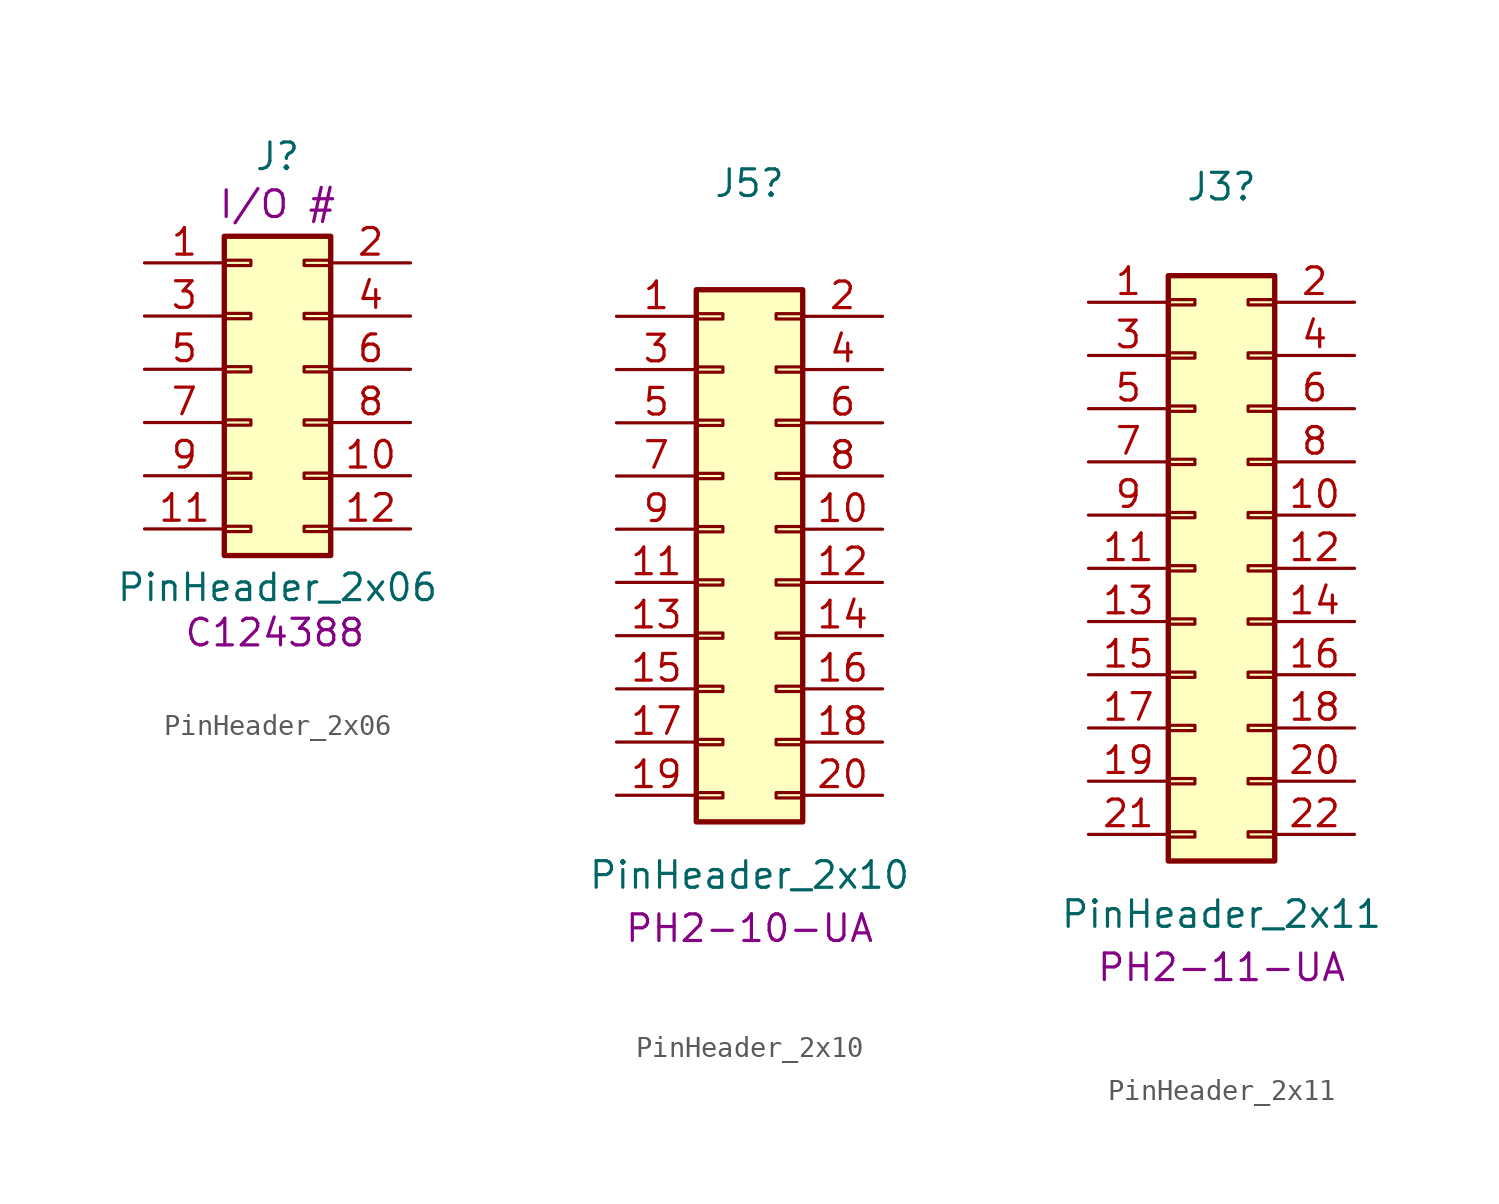
<source format=kicad_sym>
(kicad_symbol_lib
  (version 20220914)
  (generator kicad_symbol_editor)
  (symbol "PinHeader_2x06"
    (pin_names
      (offset 1.016) hide)
    (property "Reference" "J"
      (at 1.27 10.16 0)
      (effects (font (size 1.27 1.27))))
    (property "Value" "PinHeader_2x06"
      (at 1.27 -10.414 0)
      (effects (font (size 1.27 1.27))))
    (property "LCSC" "C124388"
      (at 1.143 -12.573 0)
      (effects (font (size 1.27 1.27))))
    (property "Silkscreen" "I/O #"
      (at 1.27 7.874 0)
      (effects (font (size 1.27 1.27))))
    (symbol "PinHeader_2x06_1_1"
      (rectangle (start -1.27 -7.493) (end 0 -7.747) (stroke (width 0.152) (type default)) (fill (type none)))
      (rectangle (start -1.27 -4.953) (end 0 -5.207) (stroke (width 0.152) (type default)) (fill (type none)))
      (rectangle (start -1.27 -2.413) (end 0 -2.667) (stroke (width 0.152) (type default)) (fill (type none)))
      (rectangle (start -1.27 0.127) (end 0 -0.127) (stroke (width 0.152) (type default)) (fill (type none)))
      (rectangle (start -1.27 2.667) (end 0 2.413) (stroke (width 0.152) (type default)) (fill (type none)))
      (rectangle (start -1.27 5.207) (end 0 4.953) (stroke (width 0.152) (type default)) (fill (type none)))
      (rectangle (start -1.27 6.35) (end 3.81 -8.89) (stroke (width 0.254) (type default)) (fill (type background)))
      (rectangle (start 3.81 -7.493) (end 2.54 -7.747) (stroke (width 0.152) (type default)) (fill (type none)))
      (rectangle (start 3.81 -4.953) (end 2.54 -5.207) (stroke (width 0.152) (type default)) (fill (type none)))
      (rectangle (start 3.81 -2.413) (end 2.54 -2.667) (stroke (width 0.152) (type default)) (fill (type none)))
      (rectangle (start 3.81 0.127) (end 2.54 -0.127) (stroke (width 0.152) (type default)) (fill (type none)))
      (rectangle (start 3.81 2.667) (end 2.54 2.413) (stroke (width 0.152) (type default)) (fill (type none)))
      (rectangle (start 3.81 5.207) (end 2.54 4.953) (stroke (width 0.152) (type default)) (fill (type none)))
      (pin passive line (at -5.08 5.08 0) (length 3.81) (name "Pin_1" (effects (font (size 1.27 1.27)))) (number "1" (effects (font (size 1.27 1.27)))))
      (pin passive line (at 7.62 -5.08 180) (length 3.81) (name "Pin_10" (effects (font (size 1.27 1.27)))) (number "10" (effects (font (size 1.27 1.27)))))
      (pin passive line (at -5.08 -7.62 0) (length 3.81) (name "Pin_11" (effects (font (size 1.27 1.27)))) (number "11" (effects (font (size 1.27 1.27)))))
      (pin passive line (at 7.62 -7.62 180) (length 3.81) (name "Pin_12" (effects (font (size 1.27 1.27)))) (number "12" (effects (font (size 1.27 1.27)))))
      (pin passive line (at 7.62 5.08 180) (length 3.81) (name "Pin_2" (effects (font (size 1.27 1.27)))) (number "2" (effects (font (size 1.27 1.27)))))
      (pin passive line (at -5.08 2.54 0) (length 3.81) (name "Pin_3" (effects (font (size 1.27 1.27)))) (number "3" (effects (font (size 1.27 1.27)))))
      (pin passive line (at 7.62 2.54 180) (length 3.81) (name "Pin_4" (effects (font (size 1.27 1.27)))) (number "4" (effects (font (size 1.27 1.27)))))
      (pin passive line (at -5.08 0 0) (length 3.81) (name "Pin_5" (effects (font (size 1.27 1.27)))) (number "5" (effects (font (size 1.27 1.27)))))
      (pin passive line (at 7.62 0 180) (length 3.81) (name "Pin_6" (effects (font (size 1.27 1.27)))) (number "6" (effects (font (size 1.27 1.27)))))
      (pin passive line (at -5.08 -2.54 0) (length 3.81) (name "Pin_7" (effects (font (size 1.27 1.27)))) (number "7" (effects (font (size 1.27 1.27)))))
      (pin passive line (at 7.62 -2.54 180) (length 3.81) (name "Pin_8" (effects (font (size 1.27 1.27)))) (number "8" (effects (font (size 1.27 1.27)))))
      (pin passive line (at -5.08 -5.08 0) (length 3.81) (name "Pin_9" (effects (font (size 1.27 1.27)))) (number "9" (effects (font (size 1.27 1.27)))))))
  (symbol "PinHeader_2x10"
    (pin_names
      (offset 1.016) hide)
    (property "Reference" "J5"
      (at 1.27 16.51 0)
      (effects (font (size 1.27 1.27))))
    (property "Value" "PinHeader_2x10"
      (at 1.27 -16.51 0)
      (effects (font (size 1.27 1.27))))
    (property "Manufacturer PN" "PH2-10-UA"
      (at 1.27 -19.05 0)
      (effects (font (size 1.27 1.27))))
    (property "Silkscreen" ""
      (at 1.27 13.97 0)
      (effects (font (size 1.27 1.27))))
    (symbol "PinHeader_2x10_1_1"
      (rectangle (start -1.27 -12.573) (end 0 -12.827) (stroke (width 0.152) (type default)) (fill (type none)))
      (rectangle (start -1.27 -10.033) (end 0 -10.287) (stroke (width 0.152) (type default)) (fill (type none)))
      (rectangle (start -1.27 -7.493) (end 0 -7.747) (stroke (width 0.152) (type default)) (fill (type none)))
      (rectangle (start -1.27 -4.953) (end 0 -5.207) (stroke (width 0.152) (type default)) (fill (type none)))
      (rectangle (start -1.27 -2.413) (end 0 -2.667) (stroke (width 0.152) (type default)) (fill (type none)))
      (rectangle (start -1.27 0.127) (end 0 -0.127) (stroke (width 0.152) (type default)) (fill (type none)))
      (rectangle (start -1.27 2.667) (end 0 2.413) (stroke (width 0.152) (type default)) (fill (type none)))
      (rectangle (start -1.27 5.207) (end 0 4.953) (stroke (width 0.152) (type default)) (fill (type none)))
      (rectangle (start -1.27 7.747) (end 0 7.493) (stroke (width 0.152) (type default)) (fill (type none)))
      (rectangle (start -1.27 10.287) (end 0 10.033) (stroke (width 0.152) (type default)) (fill (type none)))
      (rectangle (start -1.27 11.43) (end 3.81 -13.97) (stroke (width 0.254) (type default)) (fill (type background)))
      (rectangle (start 3.81 -12.573) (end 2.54 -12.827) (stroke (width 0.152) (type default)) (fill (type none)))
      (rectangle (start 3.81 -10.033) (end 2.54 -10.287) (stroke (width 0.152) (type default)) (fill (type none)))
      (rectangle (start 3.81 -7.493) (end 2.54 -7.747) (stroke (width 0.152) (type default)) (fill (type none)))
      (rectangle (start 3.81 -4.953) (end 2.54 -5.207) (stroke (width 0.152) (type default)) (fill (type none)))
      (rectangle (start 3.81 -2.413) (end 2.54 -2.667) (stroke (width 0.152) (type default)) (fill (type none)))
      (rectangle (start 3.81 0.127) (end 2.54 -0.127) (stroke (width 0.152) (type default)) (fill (type none)))
      (rectangle (start 3.81 2.667) (end 2.54 2.413) (stroke (width 0.152) (type default)) (fill (type none)))
      (rectangle (start 3.81 5.207) (end 2.54 4.953) (stroke (width 0.152) (type default)) (fill (type none)))
      (rectangle (start 3.81 7.747) (end 2.54 7.493) (stroke (width 0.152) (type default)) (fill (type none)))
      (rectangle (start 3.81 10.287) (end 2.54 10.033) (stroke (width 0.152) (type default)) (fill (type none)))
      (pin passive line (at -5.08 10.16 0) (length 3.81) (name "Pin_1" (effects (font (size 1.27 1.27)))) (number "1" (effects (font (size 1.27 1.27)))))
      (pin passive line (at 7.62 0 180) (length 3.81) (name "Pin_10" (effects (font (size 1.27 1.27)))) (number "10" (effects (font (size 1.27 1.27)))))
      (pin passive line (at -5.08 -2.54 0) (length 3.81) (name "Pin_11" (effects (font (size 1.27 1.27)))) (number "11" (effects (font (size 1.27 1.27)))))
      (pin passive line (at 7.62 -2.54 180) (length 3.81) (name "Pin_12" (effects (font (size 1.27 1.27)))) (number "12" (effects (font (size 1.27 1.27)))))
      (pin passive line (at -5.08 -5.08 0) (length 3.81) (name "Pin_13" (effects (font (size 1.27 1.27)))) (number "13" (effects (font (size 1.27 1.27)))))
      (pin passive line (at 7.62 -5.08 180) (length 3.81) (name "Pin_14" (effects (font (size 1.27 1.27)))) (number "14" (effects (font (size 1.27 1.27)))))
      (pin passive line (at -5.08 -7.62 0) (length 3.81) (name "Pin_15" (effects (font (size 1.27 1.27)))) (number "15" (effects (font (size 1.27 1.27)))))
      (pin passive line (at 7.62 -7.62 180) (length 3.81) (name "Pin_16" (effects (font (size 1.27 1.27)))) (number "16" (effects (font (size 1.27 1.27)))))
      (pin passive line (at -5.08 -10.16 0) (length 3.81) (name "Pin_17" (effects (font (size 1.27 1.27)))) (number "17" (effects (font (size 1.27 1.27)))))
      (pin passive line (at 7.62 -10.16 180) (length 3.81) (name "Pin_18" (effects (font (size 1.27 1.27)))) (number "18" (effects (font (size 1.27 1.27)))))
      (pin passive line (at -5.08 -12.7 0) (length 3.81) (name "Pin_19" (effects (font (size 1.27 1.27)))) (number "19" (effects (font (size 1.27 1.27)))))
      (pin passive line (at 7.62 10.16 180) (length 3.81) (name "Pin_2" (effects (font (size 1.27 1.27)))) (number "2" (effects (font (size 1.27 1.27)))))
      (pin passive line (at 7.62 -12.7 180) (length 3.81) (name "Pin_20" (effects (font (size 1.27 1.27)))) (number "20" (effects (font (size 1.27 1.27)))))
      (pin passive line (at -5.08 7.62 0) (length 3.81) (name "Pin_3" (effects (font (size 1.27 1.27)))) (number "3" (effects (font (size 1.27 1.27)))))
      (pin passive line (at 7.62 7.62 180) (length 3.81) (name "Pin_4" (effects (font (size 1.27 1.27)))) (number "4" (effects (font (size 1.27 1.27)))))
      (pin passive line (at -5.08 5.08 0) (length 3.81) (name "Pin_5" (effects (font (size 1.27 1.27)))) (number "5" (effects (font (size 1.27 1.27)))))
      (pin passive line (at 7.62 5.08 180) (length 3.81) (name "Pin_6" (effects (font (size 1.27 1.27)))) (number "6" (effects (font (size 1.27 1.27)))))
      (pin passive line (at -5.08 2.54 0) (length 3.81) (name "Pin_7" (effects (font (size 1.27 1.27)))) (number "7" (effects (font (size 1.27 1.27)))))
      (pin passive line (at 7.62 2.54 180) (length 3.81) (name "Pin_8" (effects (font (size 1.27 1.27)))) (number "8" (effects (font (size 1.27 1.27)))))
      (pin passive line (at -5.08 0 0) (length 3.81) (name "Pin_9" (effects (font (size 1.27 1.27)))) (number "9" (effects (font (size 1.27 1.27)))))))
  (symbol "PinHeader_2x11"
    (pin_names
      (offset 1.016) hide)
    (property "Reference" "J3"
      (at 1.27 18.212 0)
      (effects (font (size 1.27 1.27))))
    (property "Value" "PinHeader_2x11"
      (at 1.27 -16.51 0)
      (effects (font (size 1.27 1.27))))
    (property "LCSC" ""
      (at 0 0 0)
      (effects (font (size 1.27 1.27))))
    (property "Manufacturer PN" "PH2-11-UA"
      (at 1.27 -19.05 0)
      (effects (font (size 1.27 1.27))))
    (property "Silkscreen" ""
      (at 1.27 15.24 0)
      (effects (font (size 1.27 1.27))))
    (symbol "PinHeader_2x11_1_1"
      (rectangle (start -1.27 -12.573) (end 0 -12.827) (stroke (width 0.152) (type default)) (fill (type none)))
      (rectangle (start -1.27 -10.033) (end 0 -10.287) (stroke (width 0.152) (type default)) (fill (type none)))
      (rectangle (start -1.27 -7.493) (end 0 -7.747) (stroke (width 0.152) (type default)) (fill (type none)))
      (rectangle (start -1.27 -4.953) (end 0 -5.207) (stroke (width 0.152) (type default)) (fill (type none)))
      (rectangle (start -1.27 -2.413) (end 0 -2.667) (stroke (width 0.152) (type default)) (fill (type none)))
      (rectangle (start -1.27 0.127) (end 0 -0.127) (stroke (width 0.152) (type default)) (fill (type none)))
      (rectangle (start -1.27 2.667) (end 0 2.413) (stroke (width 0.152) (type default)) (fill (type none)))
      (rectangle (start -1.27 5.207) (end 0 4.953) (stroke (width 0.152) (type default)) (fill (type none)))
      (rectangle (start -1.27 7.747) (end 0 7.493) (stroke (width 0.152) (type default)) (fill (type none)))
      (rectangle (start -1.27 10.287) (end 0 10.033) (stroke (width 0.152) (type default)) (fill (type none)))
      (rectangle (start -1.27 12.827) (end 0 12.573) (stroke (width 0.152) (type default)) (fill (type none)))
      (rectangle (start -1.27 13.97) (end 3.81 -13.97) (stroke (width 0.254) (type default)) (fill (type background)))
      (rectangle (start 3.81 -12.573) (end 2.54 -12.827) (stroke (width 0.152) (type default)) (fill (type none)))
      (rectangle (start 3.81 -10.033) (end 2.54 -10.287) (stroke (width 0.152) (type default)) (fill (type none)))
      (rectangle (start 3.81 -7.493) (end 2.54 -7.747) (stroke (width 0.152) (type default)) (fill (type none)))
      (rectangle (start 3.81 -4.953) (end 2.54 -5.207) (stroke (width 0.152) (type default)) (fill (type none)))
      (rectangle (start 3.81 -2.413) (end 2.54 -2.667) (stroke (width 0.152) (type default)) (fill (type none)))
      (rectangle (start 3.81 0.127) (end 2.54 -0.127) (stroke (width 0.152) (type default)) (fill (type none)))
      (rectangle (start 3.81 2.667) (end 2.54 2.413) (stroke (width 0.152) (type default)) (fill (type none)))
      (rectangle (start 3.81 5.207) (end 2.54 4.953) (stroke (width 0.152) (type default)) (fill (type none)))
      (rectangle (start 3.81 7.747) (end 2.54 7.493) (stroke (width 0.152) (type default)) (fill (type none)))
      (rectangle (start 3.81 10.287) (end 2.54 10.033) (stroke (width 0.152) (type default)) (fill (type none)))
      (rectangle (start 3.81 12.827) (end 2.54 12.573) (stroke (width 0.152) (type default)) (fill (type none)))
      (pin passive line (at -5.08 12.7 0) (length 3.81) (name "Pin_1" (effects (font (size 1.27 1.27)))) (number "1" (effects (font (size 1.27 1.27)))))
      (pin passive line (at 7.62 2.54 180) (length 3.81) (name "Pin_10" (effects (font (size 1.27 1.27)))) (number "10" (effects (font (size 1.27 1.27)))))
      (pin passive line (at -5.08 0 0) (length 3.81) (name "Pin_11" (effects (font (size 1.27 1.27)))) (number "11" (effects (font (size 1.27 1.27)))))
      (pin passive line (at 7.62 0 180) (length 3.81) (name "Pin_12" (effects (font (size 1.27 1.27)))) (number "12" (effects (font (size 1.27 1.27)))))
      (pin passive line (at -5.08 -2.54 0) (length 3.81) (name "Pin_13" (effects (font (size 1.27 1.27)))) (number "13" (effects (font (size 1.27 1.27)))))
      (pin passive line (at 7.62 -2.54 180) (length 3.81) (name "Pin_14" (effects (font (size 1.27 1.27)))) (number "14" (effects (font (size 1.27 1.27)))))
      (pin passive line (at -5.08 -5.08 0) (length 3.81) (name "Pin_15" (effects (font (size 1.27 1.27)))) (number "15" (effects (font (size 1.27 1.27)))))
      (pin passive line (at 7.62 -5.08 180) (length 3.81) (name "Pin_16" (effects (font (size 1.27 1.27)))) (number "16" (effects (font (size 1.27 1.27)))))
      (pin passive line (at -5.08 -7.62 0) (length 3.81) (name "Pin_17" (effects (font (size 1.27 1.27)))) (number "17" (effects (font (size 1.27 1.27)))))
      (pin passive line (at 7.62 -7.62 180) (length 3.81) (name "Pin_18" (effects (font (size 1.27 1.27)))) (number "18" (effects (font (size 1.27 1.27)))))
      (pin passive line (at -5.08 -10.16 0) (length 3.81) (name "Pin_19" (effects (font (size 1.27 1.27)))) (number "19" (effects (font (size 1.27 1.27)))))
      (pin passive line (at 7.62 12.7 180) (length 3.81) (name "Pin_2" (effects (font (size 1.27 1.27)))) (number "2" (effects (font (size 1.27 1.27)))))
      (pin passive line (at 7.62 -10.16 180) (length 3.81) (name "Pin_20" (effects (font (size 1.27 1.27)))) (number "20" (effects (font (size 1.27 1.27)))))
      (pin passive line (at -5.08 -12.7 0) (length 3.81) (name "Pin_21" (effects (font (size 1.27 1.27)))) (number "21" (effects (font (size 1.27 1.27)))))
      (pin passive line (at 7.62 -12.7 180) (length 3.81) (name "Pin_22" (effects (font (size 1.27 1.27)))) (number "22" (effects (font (size 1.27 1.27)))))
      (pin passive line (at -5.08 10.16 0) (length 3.81) (name "Pin_3" (effects (font (size 1.27 1.27)))) (number "3" (effects (font (size 1.27 1.27)))))
      (pin passive line (at 7.62 10.16 180) (length 3.81) (name "Pin_4" (effects (font (size 1.27 1.27)))) (number "4" (effects (font (size 1.27 1.27)))))
      (pin passive line (at -5.08 7.62 0) (length 3.81) (name "Pin_5" (effects (font (size 1.27 1.27)))) (number "5" (effects (font (size 1.27 1.27)))))
      (pin passive line (at 7.62 7.62 180) (length 3.81) (name "Pin_6" (effects (font (size 1.27 1.27)))) (number "6" (effects (font (size 1.27 1.27)))))
      (pin passive line (at -5.08 5.08 0) (length 3.81) (name "Pin_7" (effects (font (size 1.27 1.27)))) (number "7" (effects (font (size 1.27 1.27)))))
      (pin passive line (at 7.62 5.08 180) (length 3.81) (name "Pin_8" (effects (font (size 1.27 1.27)))) (number "8" (effects (font (size 1.27 1.27)))))
      (pin passive line (at -5.08 2.54 0) (length 3.81) (name "Pin_9" (effects (font (size 1.27 1.27)))) (number "9" (effects (font (size 1.27 1.27))))))))
</source>
